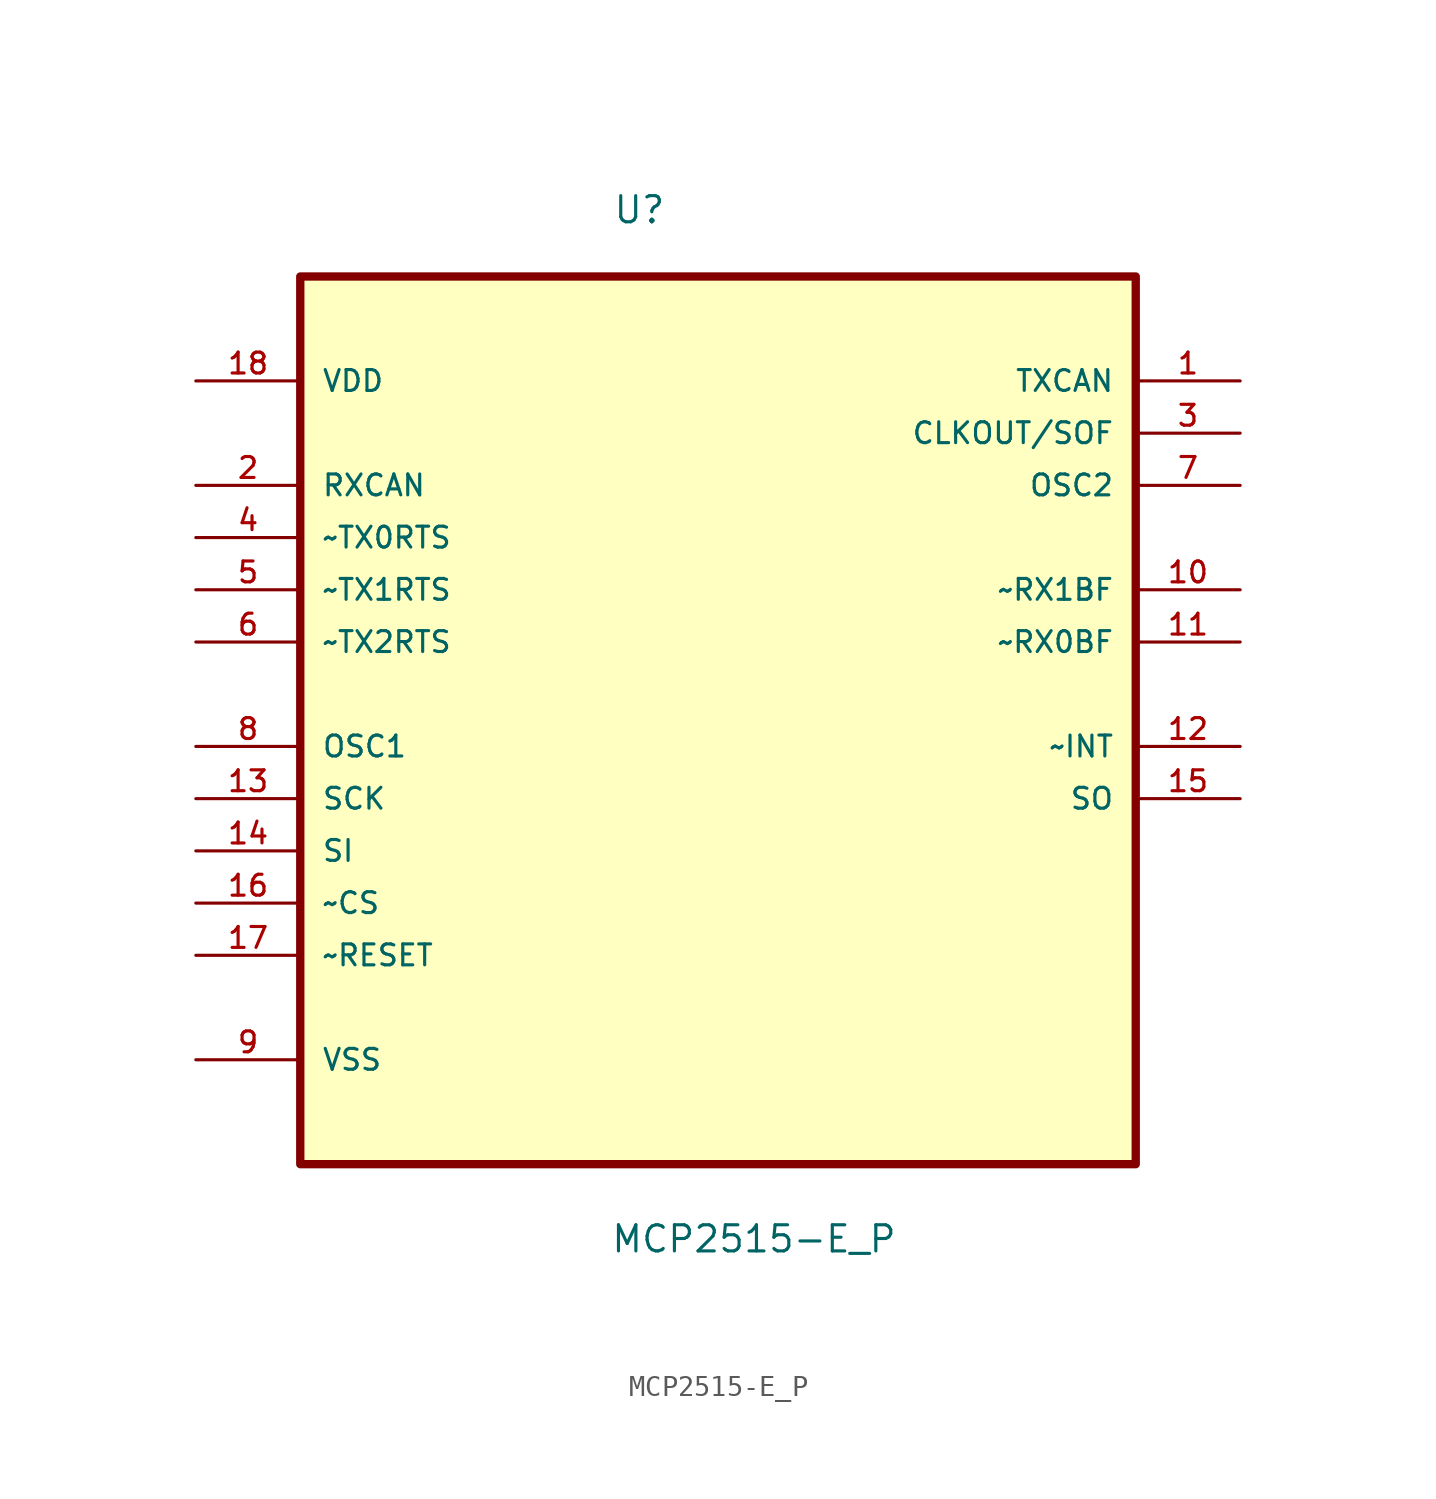
<source format=kicad_sym>
(kicad_symbol_lib
  (version 20211014)
  (generator kicad_symbol_editor)
  (symbol "MCP2515-E_P"
    (pin_names
      (offset 1.016))
    (property "Reference" "U"
      (at -5.133 20.279 0.0)
      (effects (font (size 1.27 1.27)) (justify bottom left)))
    (property "Value" "MCP2515-E_P"
      (at -5.244 -29.782 0.0)
      (effects (font (size 1.27 1.27)) (justify bottom left)))
    (symbol "MCP2515-E_P_0_0"
      (rectangle (start -20.32 -25.4) (end 20.32 17.78) (stroke (width 0.406)) (fill (type background)))
      (pin power_in line (at -25.4 12.7 0) (length 5.08) (name "VDD" (effects (font (size 1.016 1.016)))) (number "18" (effects (font (size 1.016 1.016)))))
      (pin input line (at -25.4 7.62 0) (length 5.08) (name "RXCAN" (effects (font (size 1.016 1.016)))) (number "2" (effects (font (size 1.016 1.016)))))
      (pin input line (at -25.4 5.08 0) (length 5.08) (name "~TX0RTS" (effects (font (size 1.016 1.016)))) (number "4" (effects (font (size 1.016 1.016)))))
      (pin input line (at -25.4 2.54 0) (length 5.08) (name "~TX1RTS" (effects (font (size 1.016 1.016)))) (number "5" (effects (font (size 1.016 1.016)))))
      (pin input line (at -25.4 0.0 0) (length 5.08) (name "~TX2RTS" (effects (font (size 1.016 1.016)))) (number "6" (effects (font (size 1.016 1.016)))))
      (pin input line (at -25.4 -5.08 0) (length 5.08) (name "OSC1" (effects (font (size 1.016 1.016)))) (number "8" (effects (font (size 1.016 1.016)))))
      (pin input line (at -25.4 -7.62 0) (length 5.08) (name "SCK" (effects (font (size 1.016 1.016)))) (number "13" (effects (font (size 1.016 1.016)))))
      (pin input line (at -25.4 -10.16 0) (length 5.08) (name "SI" (effects (font (size 1.016 1.016)))) (number "14" (effects (font (size 1.016 1.016)))))
      (pin input line (at -25.4 -12.7 0) (length 5.08) (name "~CS" (effects (font (size 1.016 1.016)))) (number "16" (effects (font (size 1.016 1.016)))))
      (pin input line (at -25.4 -15.24 0) (length 5.08) (name "~RESET" (effects (font (size 1.016 1.016)))) (number "17" (effects (font (size 1.016 1.016)))))
      (pin power_in line (at -25.4 -20.32 0) (length 5.08) (name "VSS" (effects (font (size 1.016 1.016)))) (number "9" (effects (font (size 1.016 1.016)))))
      (pin output line (at 25.4 12.7 180.0) (length 5.08) (name "TXCAN" (effects (font (size 1.016 1.016)))) (number "1" (effects (font (size 1.016 1.016)))))
      (pin output line (at 25.4 10.16 180.0) (length 5.08) (name "CLKOUT/SOF" (effects (font (size 1.016 1.016)))) (number "3" (effects (font (size 1.016 1.016)))))
      (pin output line (at 25.4 7.62 180.0) (length 5.08) (name "OSC2" (effects (font (size 1.016 1.016)))) (number "7" (effects (font (size 1.016 1.016)))))
      (pin output line (at 25.4 2.54 180.0) (length 5.08) (name "~RX1BF" (effects (font (size 1.016 1.016)))) (number "10" (effects (font (size 1.016 1.016)))))
      (pin output line (at 25.4 0.0 180.0) (length 5.08) (name "~RX0BF" (effects (font (size 1.016 1.016)))) (number "11" (effects (font (size 1.016 1.016)))))
      (pin output line (at 25.4 -5.08 180.0) (length 5.08) (name "~INT" (effects (font (size 1.016 1.016)))) (number "12" (effects (font (size 1.016 1.016)))))
      (pin output line (at 25.4 -7.62 180.0) (length 5.08) (name "SO" (effects (font (size 1.016 1.016)))) (number "15" (effects (font (size 1.016 1.016))))))))
</source>
